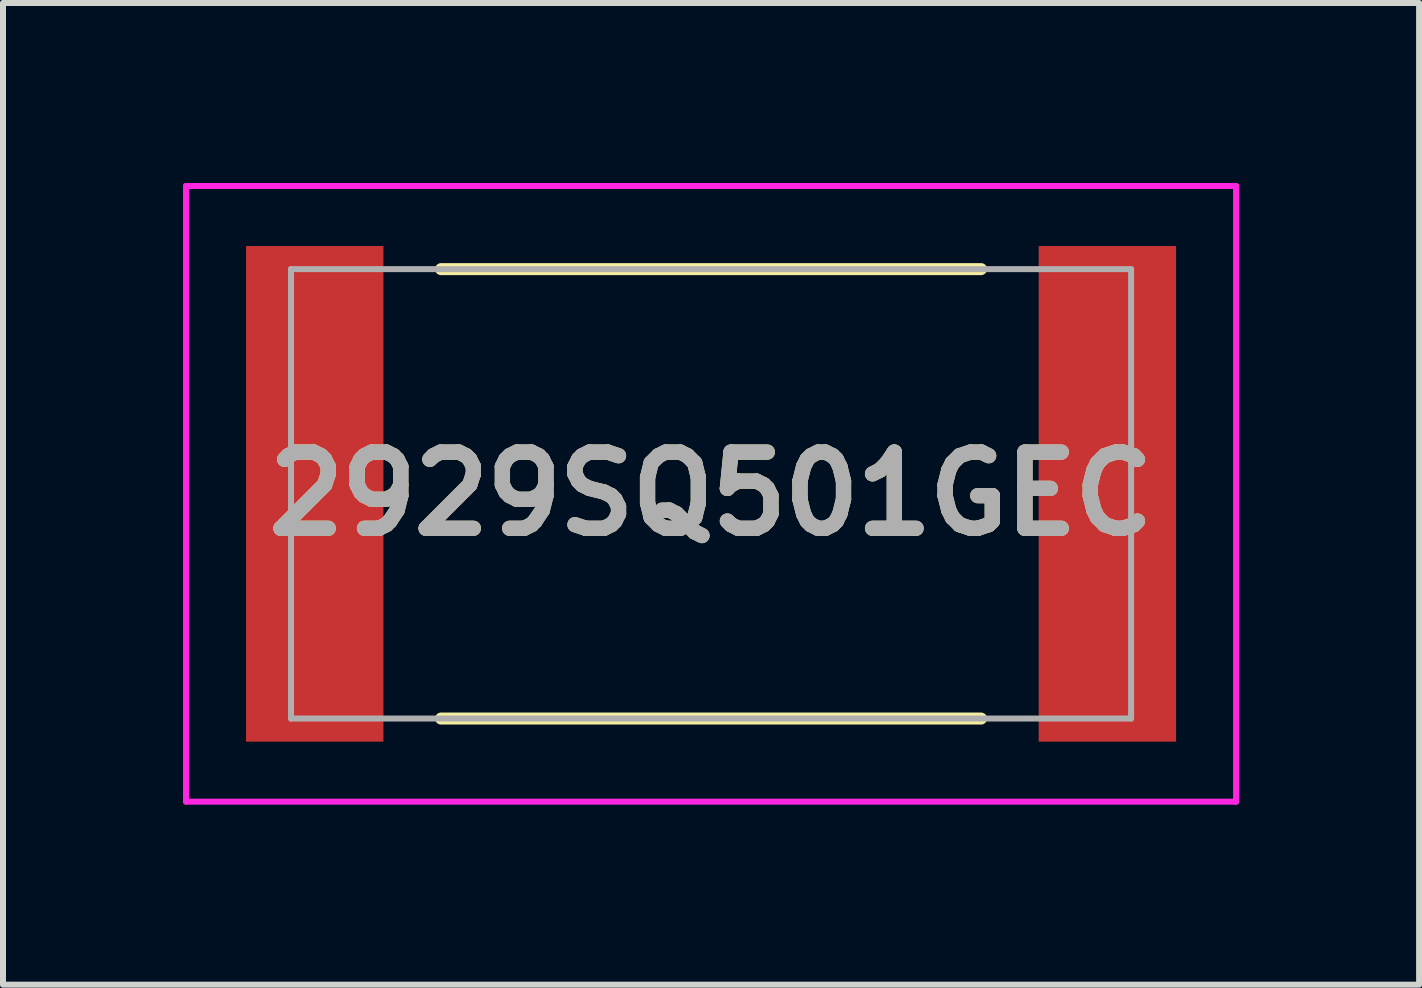
<source format=kicad_pcb>
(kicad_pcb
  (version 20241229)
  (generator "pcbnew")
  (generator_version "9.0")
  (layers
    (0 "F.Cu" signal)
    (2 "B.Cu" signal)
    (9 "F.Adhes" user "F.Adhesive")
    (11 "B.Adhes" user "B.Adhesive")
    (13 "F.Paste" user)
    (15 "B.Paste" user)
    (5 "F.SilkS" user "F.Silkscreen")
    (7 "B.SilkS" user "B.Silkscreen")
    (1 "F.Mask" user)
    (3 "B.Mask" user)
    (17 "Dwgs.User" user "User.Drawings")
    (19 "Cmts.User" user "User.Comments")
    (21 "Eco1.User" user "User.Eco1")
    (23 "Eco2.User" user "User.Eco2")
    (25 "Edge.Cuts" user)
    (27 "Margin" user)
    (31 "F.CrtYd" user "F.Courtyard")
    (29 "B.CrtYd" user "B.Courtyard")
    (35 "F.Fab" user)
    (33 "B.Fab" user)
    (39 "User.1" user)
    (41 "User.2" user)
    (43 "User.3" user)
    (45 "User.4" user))
  (footprint "2929SQ501GEC"
    (layer "F.Cu")
    (at 8.8 5.18)
    (property "Reference" "2929SQ501GEC" (at 0 0 0) (layer "F.SilkS") (effects (font (size 1.27 1.27) (thickness 0.254))))
    (attr smd)
    (fp_line (start -4.5 -3.745) (end 4.5 -3.745) (stroke (width 0.2) (type solid)) (layer "F.SilkS"))
    (fp_line (start -4.5 3.745) (end 4.5 3.745) (stroke (width 0.2) (type solid)) (layer "F.SilkS"))
    (fp_line (start -8.75 -5.13) (end 8.75 -5.13) (stroke (width 0.1) (type solid)) (layer "F.CrtYd"))
    (fp_line (start -8.75 5.13) (end -8.75 -5.13) (stroke (width 0.1) (type solid)) (layer "F.CrtYd"))
    (fp_line (start 8.75 -5.13) (end 8.75 5.13) (stroke (width 0.1) (type solid)) (layer "F.CrtYd"))
    (fp_line (start 8.75 5.13) (end -8.75 5.13) (stroke (width 0.1) (type solid)) (layer "F.CrtYd"))
    (fp_line (start -7 -3.745) (end 7 -3.745) (stroke (width 0.1) (type solid)) (layer "F.Fab"))
    (fp_line (start -7 3.745) (end -7 -3.745) (stroke (width 0.1) (type solid)) (layer "F.Fab"))
    (fp_line (start 7 -3.745) (end 7 3.745) (stroke (width 0.1) (type solid)) (layer "F.Fab"))
    (fp_line (start 7 3.745) (end -7 3.745) (stroke (width 0.1) (type solid)) (layer "F.Fab"))
    (fp_text user "${REFERENCE}" (at 0 0 0) (layer "F.Fab") (effects (font (size 1.27 1.27) (thickness 0.254))))
    (pad "1" smd rect (at -6.605 0) (size 2.29 8.26) (layers "F.Cu" "F.Mask" "F.Paste"))
    (pad "2" smd rect (at 6.605 0) (size 2.29 8.26) (layers "F.Cu" "F.Mask" "F.Paste")))
  (gr_rect
    (start -3 -3)
    (end 20.6 13.36)
    (stroke (width 0.1) (type default))
    (fill no)
    (layer "Edge.Cuts")))
</source>
